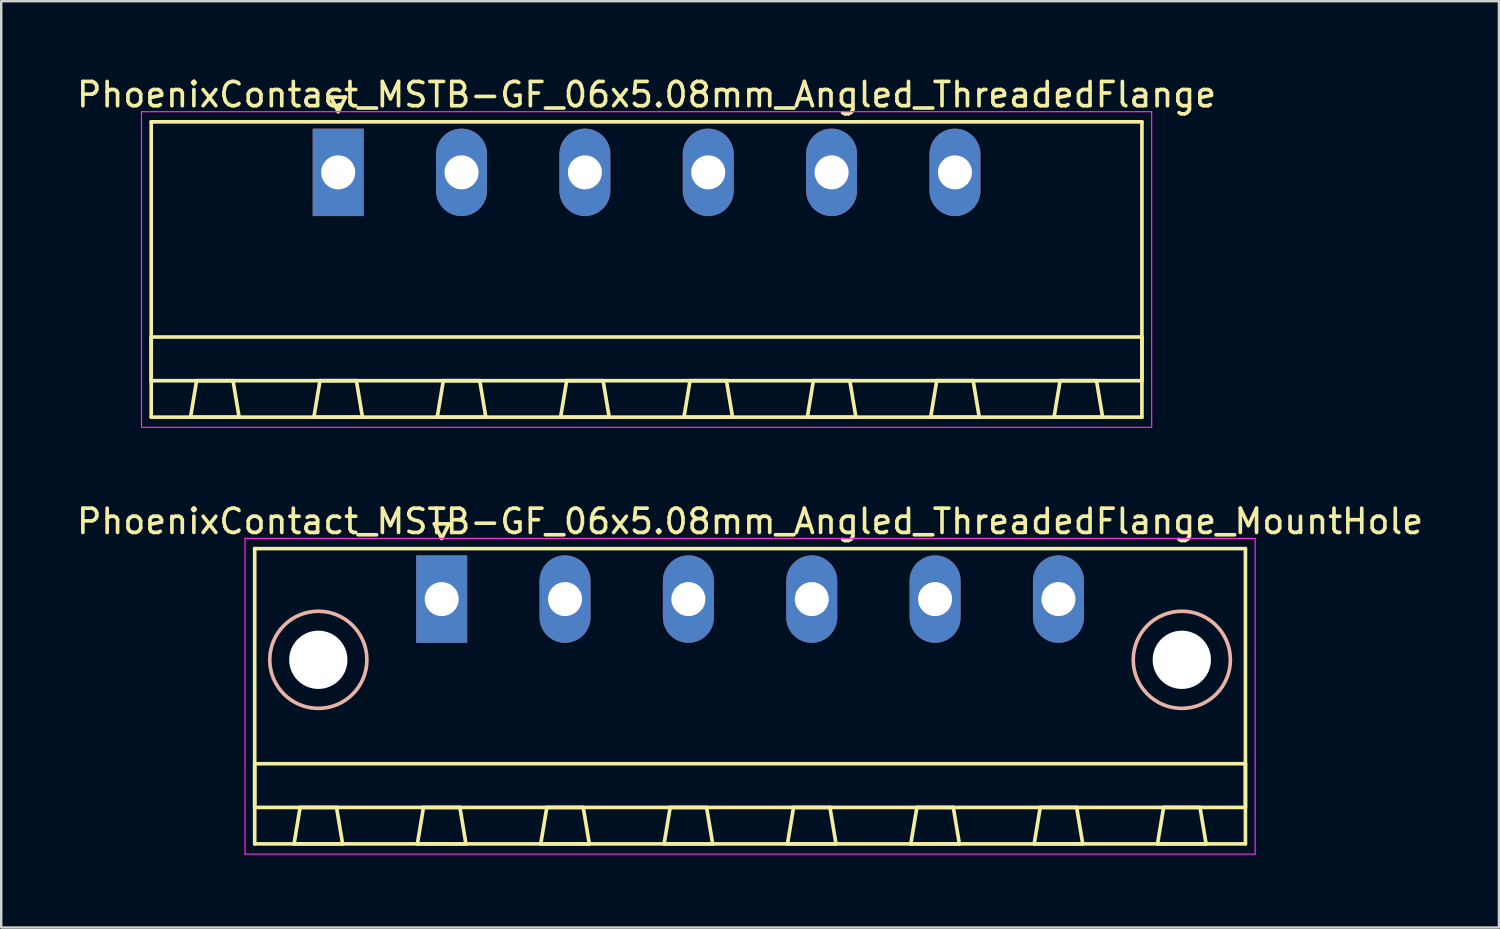
<source format=kicad_pcb>
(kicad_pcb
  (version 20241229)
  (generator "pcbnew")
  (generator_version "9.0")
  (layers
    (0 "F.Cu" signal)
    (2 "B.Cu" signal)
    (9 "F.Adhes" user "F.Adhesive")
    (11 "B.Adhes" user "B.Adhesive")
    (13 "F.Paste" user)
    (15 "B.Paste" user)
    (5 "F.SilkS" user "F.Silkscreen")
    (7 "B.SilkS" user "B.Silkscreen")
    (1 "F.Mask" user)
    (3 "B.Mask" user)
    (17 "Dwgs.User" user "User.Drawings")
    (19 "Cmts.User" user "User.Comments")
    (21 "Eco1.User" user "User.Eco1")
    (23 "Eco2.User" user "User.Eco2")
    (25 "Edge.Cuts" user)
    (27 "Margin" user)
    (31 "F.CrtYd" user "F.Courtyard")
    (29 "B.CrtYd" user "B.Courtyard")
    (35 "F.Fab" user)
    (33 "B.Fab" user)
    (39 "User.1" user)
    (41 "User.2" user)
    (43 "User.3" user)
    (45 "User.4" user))
  (footprint "PhoenixContact_MSTB-GF_06x5.08mm_Angled_ThreadedFlange"
    (layer "F.Cu")
    (at 10.877 4.048)
    (property "Reference" "PhoenixContact_MSTB-GF_06x5.08mm_Angled_ThreadedFlange" (at 12.7 -3.2 0) (layer "F.SilkS") (effects (font (size 1 1) (thickness 0.15))))
    (attr through_hole)
    (fp_line (start -7.7 -2.08) (end -7.7 10.08) (stroke (width 0.15) (type solid)) (layer "F.SilkS"))
    (fp_line (start -7.7 6.78) (end 33.1 6.78) (stroke (width 0.15) (type solid)) (layer "F.SilkS"))
    (fp_line (start -7.7 8.58) (end -7.7 6.78) (stroke (width 0.15) (type solid)) (layer "F.SilkS"))
    (fp_line (start -7.7 10.08) (end 33.1 10.08) (stroke (width 0.15) (type solid)) (layer "F.SilkS"))
    (fp_line (start -6.08 10.08) (end -4.08 10.08) (stroke (width 0.15) (type solid)) (layer "F.SilkS"))
    (fp_line (start -5.83 8.58) (end -6.08 10.08) (stroke (width 0.15) (type solid)) (layer "F.SilkS"))
    (fp_line (start -4.33 8.58) (end -5.83 8.58) (stroke (width 0.15) (type solid)) (layer "F.SilkS"))
    (fp_line (start -4.08 10.08) (end -4.33 8.58) (stroke (width 0.15) (type solid)) (layer "F.SilkS"))
    (fp_line (start -1 10.08) (end 1 10.08) (stroke (width 0.15) (type solid)) (layer "F.SilkS"))
    (fp_line (start -0.75 8.58) (end -1 10.08) (stroke (width 0.15) (type solid)) (layer "F.SilkS"))
    (fp_line (start -0.3 -3.1) (end 0 -2.5) (stroke (width 0.15) (type solid)) (layer "F.SilkS"))
    (fp_line (start 0 -2.5) (end 0.3 -3.1) (stroke (width 0.15) (type solid)) (layer "F.SilkS"))
    (fp_line (start 0.3 -3.1) (end -0.3 -3.1) (stroke (width 0.15) (type solid)) (layer "F.SilkS"))
    (fp_line (start 0.75 8.58) (end -0.75 8.58) (stroke (width 0.15) (type solid)) (layer "F.SilkS"))
    (fp_line (start 1 10.08) (end 0.75 8.58) (stroke (width 0.15) (type solid)) (layer "F.SilkS"))
    (fp_line (start 4.08 10.08) (end 6.08 10.08) (stroke (width 0.15) (type solid)) (layer "F.SilkS"))
    (fp_line (start 4.33 8.58) (end 4.08 10.08) (stroke (width 0.15) (type solid)) (layer "F.SilkS"))
    (fp_line (start 5.83 8.58) (end 4.33 8.58) (stroke (width 0.15) (type solid)) (layer "F.SilkS"))
    (fp_line (start 6.08 10.08) (end 5.83 8.58) (stroke (width 0.15) (type solid)) (layer "F.SilkS"))
    (fp_line (start 9.16 10.08) (end 11.16 10.08) (stroke (width 0.15) (type solid)) (layer "F.SilkS"))
    (fp_line (start 9.41 8.58) (end 9.16 10.08) (stroke (width 0.15) (type solid)) (layer "F.SilkS"))
    (fp_line (start 10.91 8.58) (end 9.41 8.58) (stroke (width 0.15) (type solid)) (layer "F.SilkS"))
    (fp_line (start 11.16 10.08) (end 10.91 8.58) (stroke (width 0.15) (type solid)) (layer "F.SilkS"))
    (fp_line (start 14.24 10.08) (end 16.24 10.08) (stroke (width 0.15) (type solid)) (layer "F.SilkS"))
    (fp_line (start 14.49 8.58) (end 14.24 10.08) (stroke (width 0.15) (type solid)) (layer "F.SilkS"))
    (fp_line (start 15.99 8.58) (end 14.49 8.58) (stroke (width 0.15) (type solid)) (layer "F.SilkS"))
    (fp_line (start 16.24 10.08) (end 15.99 8.58) (stroke (width 0.15) (type solid)) (layer "F.SilkS"))
    (fp_line (start 19.32 10.08) (end 21.32 10.08) (stroke (width 0.15) (type solid)) (layer "F.SilkS"))
    (fp_line (start 19.57 8.58) (end 19.32 10.08) (stroke (width 0.15) (type solid)) (layer "F.SilkS"))
    (fp_line (start 21.07 8.58) (end 19.57 8.58) (stroke (width 0.15) (type solid)) (layer "F.SilkS"))
    (fp_line (start 21.32 10.08) (end 21.07 8.58) (stroke (width 0.15) (type solid)) (layer "F.SilkS"))
    (fp_line (start 24.4 10.08) (end 26.4 10.08) (stroke (width 0.15) (type solid)) (layer "F.SilkS"))
    (fp_line (start 24.65 8.58) (end 24.4 10.08) (stroke (width 0.15) (type solid)) (layer "F.SilkS"))
    (fp_line (start 26.15 8.58) (end 24.65 8.58) (stroke (width 0.15) (type solid)) (layer "F.SilkS"))
    (fp_line (start 26.4 10.08) (end 26.15 8.58) (stroke (width 0.15) (type solid)) (layer "F.SilkS"))
    (fp_line (start 29.48 10.08) (end 31.48 10.08) (stroke (width 0.15) (type solid)) (layer "F.SilkS"))
    (fp_line (start 29.73 8.58) (end 29.48 10.08) (stroke (width 0.15) (type solid)) (layer "F.SilkS"))
    (fp_line (start 31.23 8.58) (end 29.73 8.58) (stroke (width 0.15) (type solid)) (layer "F.SilkS"))
    (fp_line (start 31.48 10.08) (end 31.23 8.58) (stroke (width 0.15) (type solid)) (layer "F.SilkS"))
    (fp_line (start 33.1 -2.08) (end -7.7 -2.08) (stroke (width 0.15) (type solid)) (layer "F.SilkS"))
    (fp_line (start 33.1 6.78) (end 33.1 8.58) (stroke (width 0.15) (type solid)) (layer "F.SilkS"))
    (fp_line (start 33.1 8.58) (end -7.7 8.58) (stroke (width 0.15) (type solid)) (layer "F.SilkS"))
    (fp_line (start 33.1 10.08) (end 33.1 -2.08) (stroke (width 0.15) (type solid)) (layer "F.SilkS"))
    (fp_line (start -8.1 -2.5) (end -8.1 10.5) (stroke (width 0.05) (type solid)) (layer "F.CrtYd"))
    (fp_line (start -8.1 10.5) (end 33.5 10.5) (stroke (width 0.05) (type solid)) (layer "F.CrtYd"))
    (fp_line (start 33.5 -2.5) (end -8.1 -2.5) (stroke (width 0.05) (type solid)) (layer "F.CrtYd"))
    (fp_line (start 33.5 10.5) (end 33.5 -2.5) (stroke (width 0.05) (type solid)) (layer "F.CrtYd"))
    (pad "1" thru_hole rect (at 0 0) (size 2.1 3.6) (drill 1.4) (layers "*.Cu" "*.Mask"))
    (pad "2" thru_hole oval (at 5.08 0) (size 2.1 3.6) (drill 1.4) (layers "*.Cu" "*.Mask"))
    (pad "3" thru_hole oval (at 10.16 0) (size 2.1 3.6) (drill 1.4) (layers "*.Cu" "*.Mask"))
    (pad "4" thru_hole oval (at 15.24 0) (size 2.1 3.6) (drill 1.4) (layers "*.Cu" "*.Mask"))
    (pad "5" thru_hole oval (at 20.32 0) (size 2.1 3.6) (drill 1.4) (layers "*.Cu" "*.Mask"))
    (pad "6" thru_hole oval (at 25.4 0) (size 2.1 3.6) (drill 1.4) (layers "*.Cu" "*.Mask")))
  (footprint "PhoenixContact_MSTB-GF_06x5.08mm_Angled_ThreadedFlange_MountHole"
    (layer "F.Cu")
    (at 15.139 21.622)
    (property "Reference" "PhoenixContact_MSTB-GF_06x5.08mm_Angled_ThreadedFlange_MountHole" (at 12.7 -3.2 0) (layer "F.SilkS") (effects (font (size 1 1) (thickness 0.15))))
    (attr through_hole)
    (fp_line (start -7.7 -2.08) (end -7.7 10.08) (stroke (width 0.15) (type solid)) (layer "F.SilkS"))
    (fp_line (start -7.7 6.78) (end 33.1 6.78) (stroke (width 0.15) (type solid)) (layer "F.SilkS"))
    (fp_line (start -7.7 8.58) (end -7.7 6.78) (stroke (width 0.15) (type solid)) (layer "F.SilkS"))
    (fp_line (start -7.7 10.08) (end 33.1 10.08) (stroke (width 0.15) (type solid)) (layer "F.SilkS"))
    (fp_line (start -6.08 10.08) (end -4.08 10.08) (stroke (width 0.15) (type solid)) (layer "F.SilkS"))
    (fp_line (start -5.83 8.58) (end -6.08 10.08) (stroke (width 0.15) (type solid)) (layer "F.SilkS"))
    (fp_line (start -4.33 8.58) (end -5.83 8.58) (stroke (width 0.15) (type solid)) (layer "F.SilkS"))
    (fp_line (start -4.08 10.08) (end -4.33 8.58) (stroke (width 0.15) (type solid)) (layer "F.SilkS"))
    (fp_line (start -1 10.08) (end 1 10.08) (stroke (width 0.15) (type solid)) (layer "F.SilkS"))
    (fp_line (start -0.75 8.58) (end -1 10.08) (stroke (width 0.15) (type solid)) (layer "F.SilkS"))
    (fp_line (start -0.3 -3.1) (end 0 -2.5) (stroke (width 0.15) (type solid)) (layer "F.SilkS"))
    (fp_line (start 0 -2.5) (end 0.3 -3.1) (stroke (width 0.15) (type solid)) (layer "F.SilkS"))
    (fp_line (start 0.3 -3.1) (end -0.3 -3.1) (stroke (width 0.15) (type solid)) (layer "F.SilkS"))
    (fp_line (start 0.75 8.58) (end -0.75 8.58) (stroke (width 0.15) (type solid)) (layer "F.SilkS"))
    (fp_line (start 1 10.08) (end 0.75 8.58) (stroke (width 0.15) (type solid)) (layer "F.SilkS"))
    (fp_line (start 4.08 10.08) (end 6.08 10.08) (stroke (width 0.15) (type solid)) (layer "F.SilkS"))
    (fp_line (start 4.33 8.58) (end 4.08 10.08) (stroke (width 0.15) (type solid)) (layer "F.SilkS"))
    (fp_line (start 5.83 8.58) (end 4.33 8.58) (stroke (width 0.15) (type solid)) (layer "F.SilkS"))
    (fp_line (start 6.08 10.08) (end 5.83 8.58) (stroke (width 0.15) (type solid)) (layer "F.SilkS"))
    (fp_line (start 9.16 10.08) (end 11.16 10.08) (stroke (width 0.15) (type solid)) (layer "F.SilkS"))
    (fp_line (start 9.41 8.58) (end 9.16 10.08) (stroke (width 0.15) (type solid)) (layer "F.SilkS"))
    (fp_line (start 10.91 8.58) (end 9.41 8.58) (stroke (width 0.15) (type solid)) (layer "F.SilkS"))
    (fp_line (start 11.16 10.08) (end 10.91 8.58) (stroke (width 0.15) (type solid)) (layer "F.SilkS"))
    (fp_line (start 14.24 10.08) (end 16.24 10.08) (stroke (width 0.15) (type solid)) (layer "F.SilkS"))
    (fp_line (start 14.49 8.58) (end 14.24 10.08) (stroke (width 0.15) (type solid)) (layer "F.SilkS"))
    (fp_line (start 15.99 8.58) (end 14.49 8.58) (stroke (width 0.15) (type solid)) (layer "F.SilkS"))
    (fp_line (start 16.24 10.08) (end 15.99 8.58) (stroke (width 0.15) (type solid)) (layer "F.SilkS"))
    (fp_line (start 19.32 10.08) (end 21.32 10.08) (stroke (width 0.15) (type solid)) (layer "F.SilkS"))
    (fp_line (start 19.57 8.58) (end 19.32 10.08) (stroke (width 0.15) (type solid)) (layer "F.SilkS"))
    (fp_line (start 21.07 8.58) (end 19.57 8.58) (stroke (width 0.15) (type solid)) (layer "F.SilkS"))
    (fp_line (start 21.32 10.08) (end 21.07 8.58) (stroke (width 0.15) (type solid)) (layer "F.SilkS"))
    (fp_line (start 24.4 10.08) (end 26.4 10.08) (stroke (width 0.15) (type solid)) (layer "F.SilkS"))
    (fp_line (start 24.65 8.58) (end 24.4 10.08) (stroke (width 0.15) (type solid)) (layer "F.SilkS"))
    (fp_line (start 26.15 8.58) (end 24.65 8.58) (stroke (width 0.15) (type solid)) (layer "F.SilkS"))
    (fp_line (start 26.4 10.08) (end 26.15 8.58) (stroke (width 0.15) (type solid)) (layer "F.SilkS"))
    (fp_line (start 29.48 10.08) (end 31.48 10.08) (stroke (width 0.15) (type solid)) (layer "F.SilkS"))
    (fp_line (start 29.73 8.58) (end 29.48 10.08) (stroke (width 0.15) (type solid)) (layer "F.SilkS"))
    (fp_line (start 31.23 8.58) (end 29.73 8.58) (stroke (width 0.15) (type solid)) (layer "F.SilkS"))
    (fp_line (start 31.48 10.08) (end 31.23 8.58) (stroke (width 0.15) (type solid)) (layer "F.SilkS"))
    (fp_line (start 33.1 -2.08) (end -7.7 -2.08) (stroke (width 0.15) (type solid)) (layer "F.SilkS"))
    (fp_line (start 33.1 6.78) (end 33.1 8.58) (stroke (width 0.15) (type solid)) (layer "F.SilkS"))
    (fp_line (start 33.1 8.58) (end -7.7 8.58) (stroke (width 0.15) (type solid)) (layer "F.SilkS"))
    (fp_line (start 33.1 10.08) (end 33.1 -2.08) (stroke (width 0.15) (type solid)) (layer "F.SilkS"))
    (fp_circle (center -5.08 2.5) (end -3.08 2.5) (stroke (width 0.15) (type solid)) (fill no) (layer "B.SilkS"))
    (fp_circle (center 30.48 2.5) (end 32.48 2.5) (stroke (width 0.15) (type solid)) (fill no) (layer "B.SilkS"))
    (fp_line (start -8.1 -2.5) (end -8.1 10.5) (stroke (width 0.05) (type solid)) (layer "F.CrtYd"))
    (fp_line (start -8.1 10.5) (end 33.5 10.5) (stroke (width 0.05) (type solid)) (layer "F.CrtYd"))
    (fp_line (start 33.5 -2.5) (end -8.1 -2.5) (stroke (width 0.05) (type solid)) (layer "F.CrtYd"))
    (fp_line (start 33.5 10.5) (end 33.5 -2.5) (stroke (width 0.05) (type solid)) (layer "F.CrtYd"))
    (pad "" np_thru_hole circle (at -5.08 2.5) (size 2.4 2.4) (drill 2.4) (layers "*.Cu" "*.Mask"))
    (pad "" np_thru_hole circle (at 30.48 2.5) (size 2.4 2.4) (drill 2.4) (layers "*.Cu" "*.Mask"))
    (pad "1" thru_hole rect (at 0 0) (size 2.1 3.6) (drill 1.4) (layers "*.Cu" "*.Mask"))
    (pad "2" thru_hole oval (at 5.08 0) (size 2.1 3.6) (drill 1.4) (layers "*.Cu" "*.Mask"))
    (pad "3" thru_hole oval (at 10.16 0) (size 2.1 3.6) (drill 1.4) (layers "*.Cu" "*.Mask"))
    (pad "4" thru_hole oval (at 15.24 0) (size 2.1 3.6) (drill 1.4) (layers "*.Cu" "*.Mask"))
    (pad "5" thru_hole oval (at 20.32 0) (size 2.1 3.6) (drill 1.4) (layers "*.Cu" "*.Mask"))
    (pad "6" thru_hole oval (at 25.4 0) (size 2.1 3.6) (drill 1.4) (layers "*.Cu" "*.Mask")))
  (gr_rect
    (start -3 -3)
    (end 58.679 35.147)
    (stroke (width 0.1) (type default))
    (fill no)
    (layer "Edge.Cuts")))
</source>
